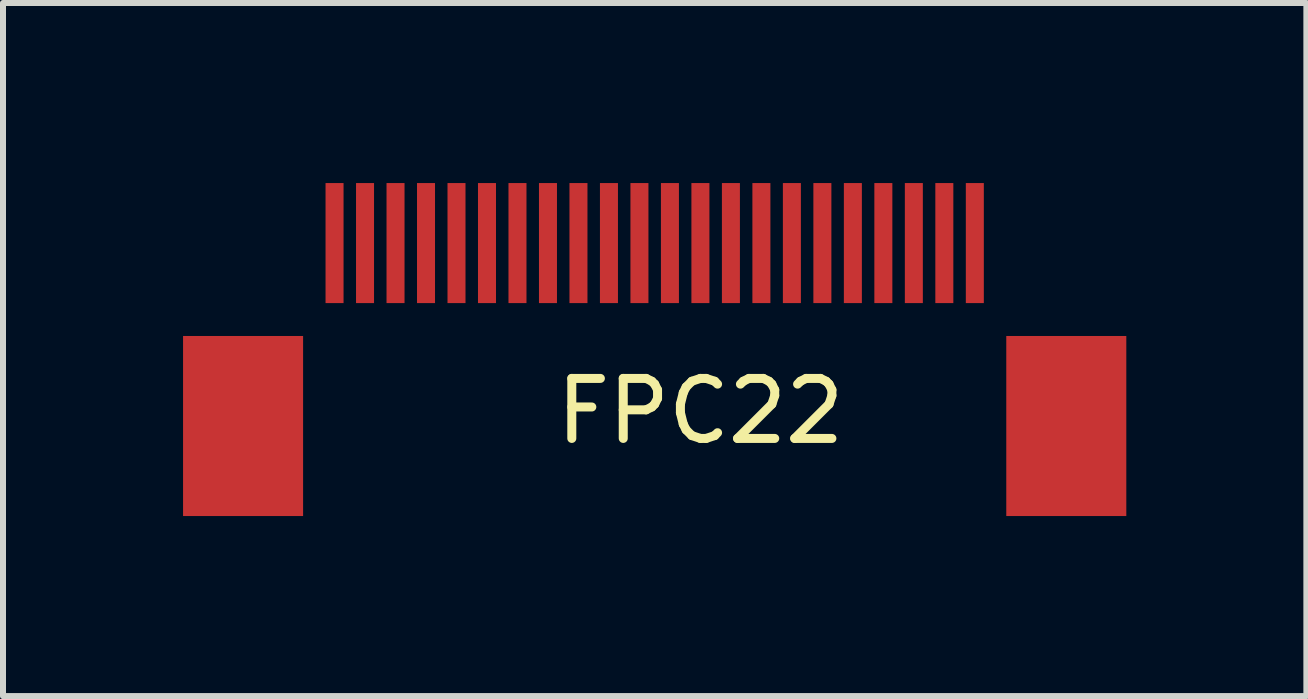
<source format=kicad_pcb>
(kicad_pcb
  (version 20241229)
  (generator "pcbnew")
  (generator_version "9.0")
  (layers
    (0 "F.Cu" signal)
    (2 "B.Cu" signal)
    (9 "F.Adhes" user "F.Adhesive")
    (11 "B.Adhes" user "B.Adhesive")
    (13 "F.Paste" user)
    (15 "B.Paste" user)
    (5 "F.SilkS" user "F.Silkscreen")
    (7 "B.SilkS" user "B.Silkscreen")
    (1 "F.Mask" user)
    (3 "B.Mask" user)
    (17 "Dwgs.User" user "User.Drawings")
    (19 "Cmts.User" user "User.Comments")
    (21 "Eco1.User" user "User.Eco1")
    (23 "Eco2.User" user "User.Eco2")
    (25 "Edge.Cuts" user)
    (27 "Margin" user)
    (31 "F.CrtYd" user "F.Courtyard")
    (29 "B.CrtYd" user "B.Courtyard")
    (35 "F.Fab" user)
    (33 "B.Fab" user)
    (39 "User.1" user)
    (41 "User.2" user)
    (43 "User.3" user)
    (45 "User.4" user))
  (footprint "FPC22"
    (layer "F.Cu")
    (at 8.62 1)
    (property "Reference" "FPC22" (at 0 2.8 0) (layer "F.SilkS") (effects (font (size 1 1) (thickness 0.15))))
    (attr through_hole)
    (pad "1" smd rect (at -6.096 0) (size 0.3 2) (layers "F.Cu" "F.Mask" "F.Paste"))
    (pad "2" smd rect (at -5.588 0) (size 0.3 2) (layers "F.Cu" "F.Mask" "F.Paste"))
    (pad "3" smd rect (at -5.08 0) (size 0.3 2) (layers "F.Cu" "F.Mask" "F.Paste"))
    (pad "4" smd rect (at -4.572 0) (size 0.3 2) (layers "F.Cu" "F.Mask" "F.Paste"))
    (pad "5" smd rect (at -4.064 0) (size 0.3 2) (layers "F.Cu" "F.Mask" "F.Paste"))
    (pad "6" smd rect (at -3.556 0) (size 0.3 2) (layers "F.Cu" "F.Mask" "F.Paste"))
    (pad "7" smd rect (at -3.048 0) (size 0.3 2) (layers "F.Cu" "F.Mask" "F.Paste"))
    (pad "8" smd rect (at -2.54 0) (size 0.3 2) (layers "F.Cu" "F.Mask" "F.Paste"))
    (pad "9" smd rect (at -2.032 0) (size 0.3 2) (layers "F.Cu" "F.Mask" "F.Paste"))
    (pad "10" smd rect (at -1.524 0) (size 0.3 2) (layers "F.Cu" "F.Mask" "F.Paste"))
    (pad "11" smd rect (at -1.016 0) (size 0.3 2) (layers "F.Cu" "F.Mask" "F.Paste"))
    (pad "12" smd rect (at -0.508 0) (size 0.3 2) (layers "F.Cu" "F.Mask" "F.Paste"))
    (pad "13" smd rect (at 0 0) (size 0.3 2) (layers "F.Cu" "F.Mask" "F.Paste"))
    (pad "14" smd rect (at 0.508 0) (size 0.3 2) (layers "F.Cu" "F.Mask" "F.Paste"))
    (pad "15" smd rect (at 1.016 0) (size 0.3 2) (layers "F.Cu" "F.Mask" "F.Paste"))
    (pad "16" smd rect (at 1.524 0) (size 0.3 2) (layers "F.Cu" "F.Mask" "F.Paste"))
    (pad "17" smd rect (at 2.032 0) (size 0.3 2) (layers "F.Cu" "F.Mask" "F.Paste"))
    (pad "18" smd rect (at 2.54 0) (size 0.3 2) (layers "F.Cu" "F.Mask" "F.Paste"))
    (pad "19" smd rect (at 3.048 0) (size 0.3 2) (layers "F.Cu" "F.Mask" "F.Paste"))
    (pad "20" smd rect (at 3.556 0) (size 0.3 2) (layers "F.Cu" "F.Mask" "F.Paste"))
    (pad "21" smd rect (at 4.064 0) (size 0.3 2) (layers "F.Cu" "F.Mask" "F.Paste"))
    (pad "22" smd rect (at 4.572 0) (size 0.3 2) (layers "F.Cu" "F.Mask" "F.Paste"))
    (pad "GND" smd rect (at -7.62 3.048) (size 2 3) (layers "F.Cu" "F.Mask" "F.Paste"))
    (pad "GND" smd rect (at 6.096 3.048) (size 2 3) (layers "F.Cu" "F.Mask" "F.Paste")))
  (gr_rect
    (start -3 -3)
    (end 18.716 8.548)
    (stroke (width 0.1) (type default))
    (fill no)
    (layer "Edge.Cuts")))
</source>
